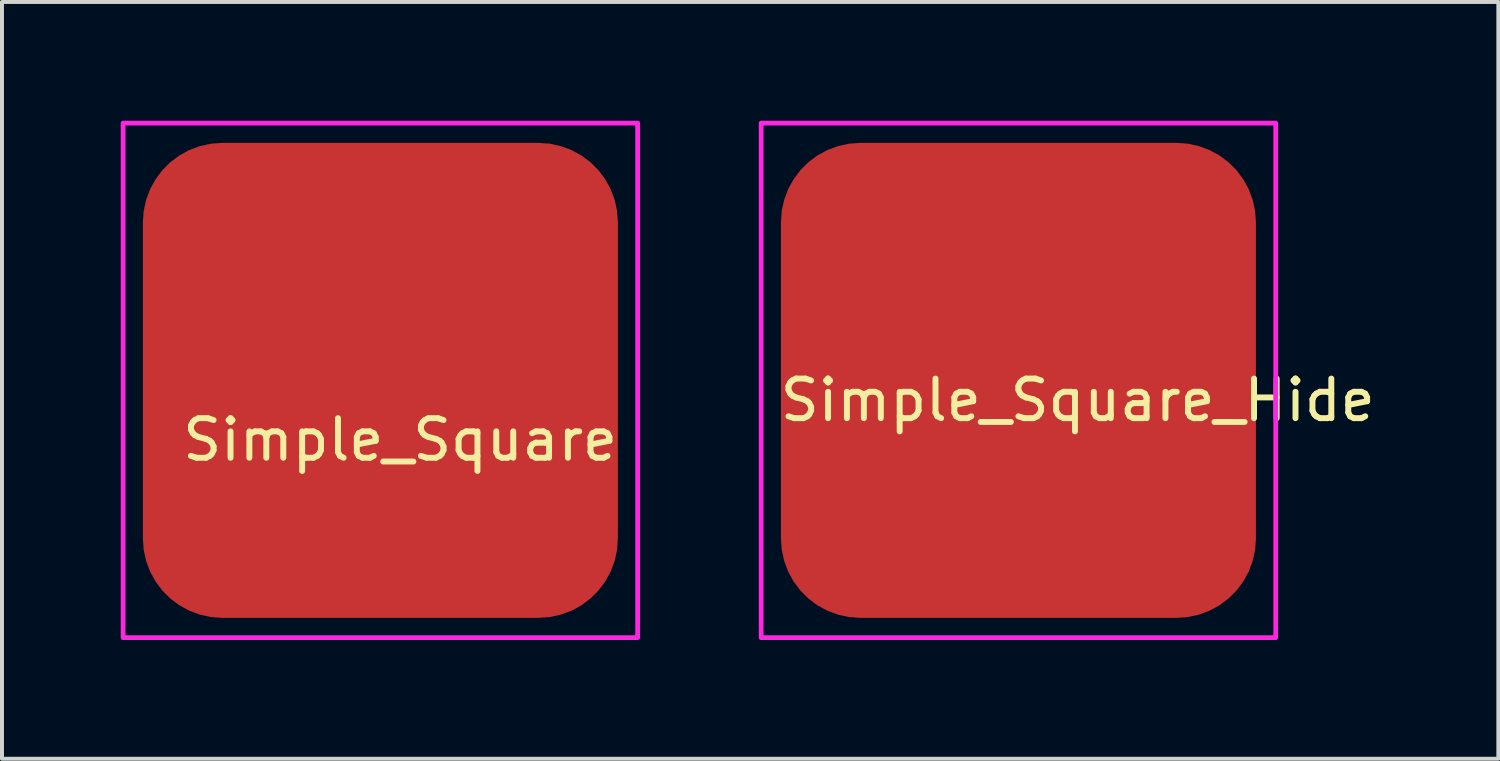
<source format=kicad_pcb>
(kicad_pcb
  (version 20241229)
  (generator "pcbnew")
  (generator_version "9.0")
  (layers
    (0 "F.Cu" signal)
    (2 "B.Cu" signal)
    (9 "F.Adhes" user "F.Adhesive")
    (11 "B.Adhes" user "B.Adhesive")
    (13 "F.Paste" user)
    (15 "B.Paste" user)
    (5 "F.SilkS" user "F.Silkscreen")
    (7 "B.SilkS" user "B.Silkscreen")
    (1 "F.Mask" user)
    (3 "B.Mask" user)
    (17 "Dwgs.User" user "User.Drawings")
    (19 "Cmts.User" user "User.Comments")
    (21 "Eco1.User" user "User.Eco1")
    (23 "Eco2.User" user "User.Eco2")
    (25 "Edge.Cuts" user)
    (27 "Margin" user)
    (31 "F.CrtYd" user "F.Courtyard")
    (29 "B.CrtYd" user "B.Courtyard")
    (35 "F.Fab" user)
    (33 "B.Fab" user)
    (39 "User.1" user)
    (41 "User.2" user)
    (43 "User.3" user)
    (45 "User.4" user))
  (footprint "Simple_Square_Hide"
    (layer "F.Cu")
    (at 23.18 7.06)
    (property "Reference" "Simple_Square_Hide" (at 1 0 0) (unlocked yes) (layer "F.SilkS") (effects (font (size 1 1) (thickness 0.15))))
    (attr smd)
    (fp_rect (start 6 -7) (end -7 6) (stroke (width 0.12) (type solid)) (fill no) (layer "F.CrtYd"))
    (pad "1" smd roundrect (at -0.5 -0.5) (size 12 12) (layers "F.Cu") (roundrect_rratio 0.167)))
  (footprint "Simple_Square"
    (layer "F.Cu")
    (at 6.56 6.56)
    (property "Reference" "Simple_Square" (at 0.5 1.5 0) (unlocked yes) (layer "F.SilkS") (effects (font (size 1 1) (thickness 0.15))))
    (attr smd)
    (fp_rect (start 6.5 -6.5) (end -6.5 6.5) (stroke (width 0.12) (type solid)) (fill no) (layer "F.CrtYd"))
    (pad "1" smd roundrect (at 0 0) (size 12 12) (layers "F.Cu" "F.Mask") (roundrect_rratio 0.167)))
  (gr_rect
    (start -3 -3)
    (end 34.805 16.12)
    (stroke (width 0.1) (type default))
    (fill no)
    (layer "Edge.Cuts")))
</source>
